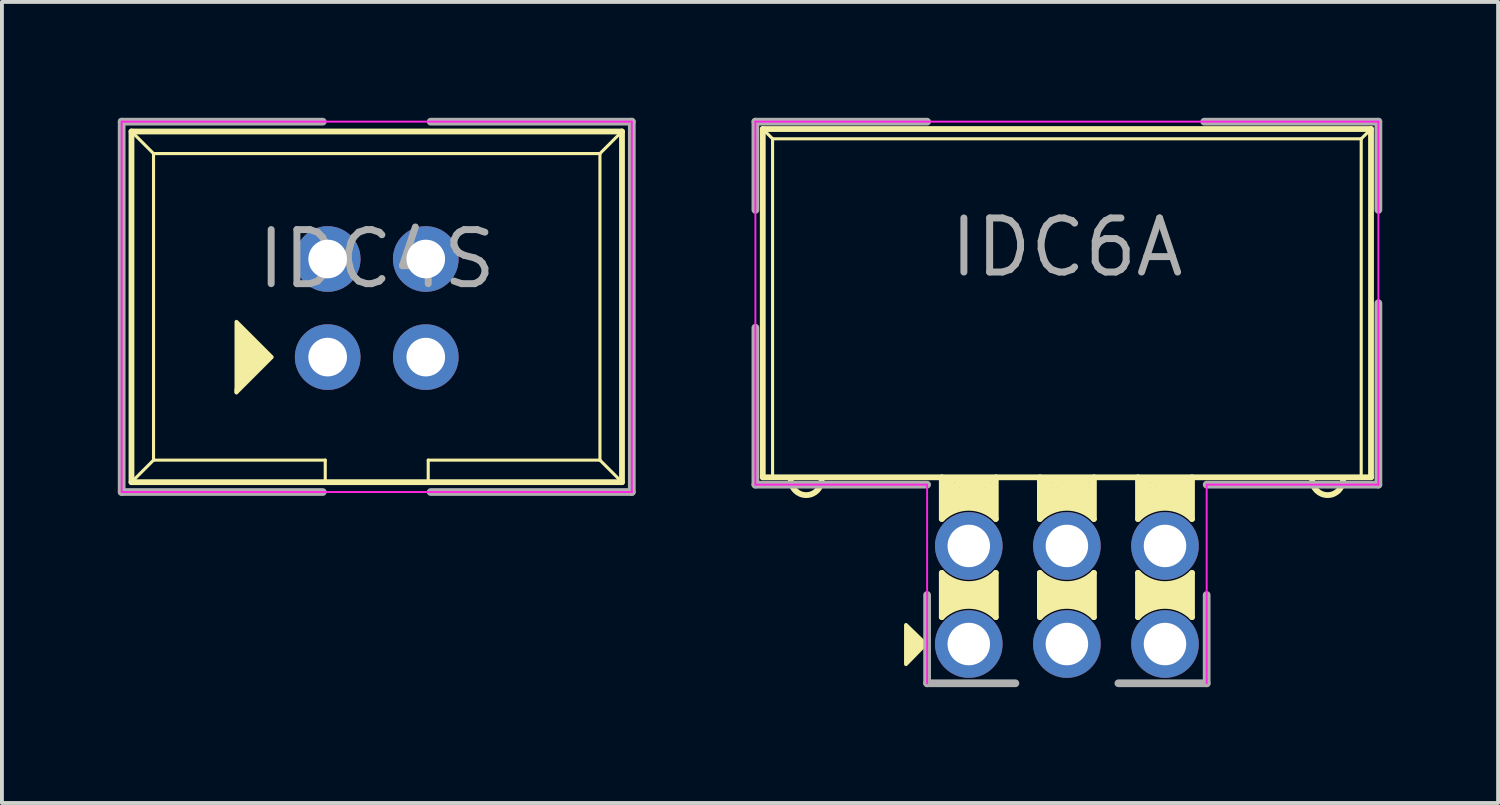
<source format=kicad_pcb>
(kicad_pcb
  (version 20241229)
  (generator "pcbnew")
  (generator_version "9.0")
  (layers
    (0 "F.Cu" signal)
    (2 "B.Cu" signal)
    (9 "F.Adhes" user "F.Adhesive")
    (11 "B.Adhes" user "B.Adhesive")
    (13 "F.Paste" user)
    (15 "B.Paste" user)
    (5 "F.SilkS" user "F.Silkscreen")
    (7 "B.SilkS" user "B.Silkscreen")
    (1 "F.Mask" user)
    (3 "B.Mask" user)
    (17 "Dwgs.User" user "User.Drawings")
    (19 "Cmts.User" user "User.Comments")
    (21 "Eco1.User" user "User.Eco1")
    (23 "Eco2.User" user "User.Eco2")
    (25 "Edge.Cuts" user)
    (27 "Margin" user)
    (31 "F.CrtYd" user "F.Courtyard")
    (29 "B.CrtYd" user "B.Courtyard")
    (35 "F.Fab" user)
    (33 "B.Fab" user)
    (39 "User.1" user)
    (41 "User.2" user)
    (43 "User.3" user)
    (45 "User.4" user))
  (footprint "IDC6A"
    (layer "F.Cu")
    (at 24.573 12.355)
    (property "Reference" "IDC6A" (at 0 -9 0) (layer "F.Fab") (effects (font (size 1.4 1.4) (thickness 0.18))))
    (attr through_hole)
    (fp_line (start -7.874 -12.065) (end -7.62 -11.811) (stroke (width 0.08) (type solid)) (layer "F.SilkS"))
    (fp_line (start -7.874 -3.048) (end -7.874 -12.065) (stroke (width 0.15) (type solid)) (layer "F.SilkS"))
    (fp_line (start -7.874 -3.048) (end 7.874 -3.048) (stroke (width 0.15) (type solid)) (layer "F.SilkS"))
    (fp_line (start -7.62 -11.811) (end -7.62 -3.048) (stroke (width 0.08) (type solid)) (layer "F.SilkS"))
    (fp_line (start -3.239 -1.968) (end -3.239 -3.048) (stroke (width 0.15) (type solid)) (layer "F.SilkS"))
    (fp_line (start -3.239 -0.572) (end -3.239 0.572) (stroke (width 0.15) (type solid)) (layer "F.SilkS"))
    (fp_line (start -3.175 0.381) (end -2.477 0.191) (stroke (width 0.15) (type solid)) (layer "F.SilkS"))
    (fp_line (start -3.111 -2.985) (end -3.111 -2.159) (stroke (width 0.15) (type solid)) (layer "F.SilkS"))
    (fp_line (start -3.111 -2.159) (end -2.477 -2.349) (stroke (width 0.15) (type solid)) (layer "F.SilkS"))
    (fp_line (start -3.111 -0.254) (end -2.603 -0.064) (stroke (width 0.15) (type solid)) (layer "F.SilkS"))
    (fp_line (start -3.111 0.254) (end -3.111 -0.254) (stroke (width 0.15) (type solid)) (layer "F.SilkS"))
    (fp_line (start -3.048 0.127) (end -2.985 -0.127) (stroke (width 0.15) (type solid)) (layer "F.SilkS"))
    (fp_line (start -2.985 -2.985) (end -2.985 -2.286) (stroke (width 0.15) (type solid)) (layer "F.SilkS"))
    (fp_line (start -2.985 -2.286) (end -2.477 -2.477) (stroke (width 0.15) (type solid)) (layer "F.SilkS"))
    (fp_line (start -2.985 -0.127) (end -2.095 0.127) (stroke (width 0.15) (type solid)) (layer "F.SilkS"))
    (fp_line (start -2.921 0) (end -2.159 0) (stroke (width 0.15) (type solid)) (layer "F.SilkS"))
    (fp_line (start -2.857 -2.857) (end -2.857 -2.477) (stroke (width 0.15) (type solid)) (layer "F.SilkS"))
    (fp_line (start -2.857 -2.477) (end -2.857 -2.413) (stroke (width 0.15) (type solid)) (layer "F.SilkS"))
    (fp_line (start -2.857 -2.413) (end -2.477 -2.603) (stroke (width 0.15) (type solid)) (layer "F.SilkS"))
    (fp_line (start -2.731 -2.731) (end -2.731 -2.54) (stroke (width 0.15) (type solid)) (layer "F.SilkS"))
    (fp_line (start -2.731 -2.54) (end -2.413 -2.667) (stroke (width 0.15) (type solid)) (layer "F.SilkS"))
    (fp_line (start -2.603 -0.064) (end -1.905 -0.254) (stroke (width 0.15) (type solid)) (layer "F.SilkS"))
    (fp_line (start -2.477 -2.603) (end -2.095 -2.413) (stroke (width 0.15) (type solid)) (layer "F.SilkS"))
    (fp_line (start -2.477 -2.477) (end -2.032 -2.286) (stroke (width 0.15) (type solid)) (layer "F.SilkS"))
    (fp_line (start -2.477 -2.349) (end -1.905 -2.159) (stroke (width 0.15) (type solid)) (layer "F.SilkS"))
    (fp_line (start -2.477 -0.191) (end -2.477 0.064) (stroke (width 0.15) (type solid)) (layer "F.SilkS"))
    (fp_line (start -2.477 -0.127) (end -3.175 -0.381) (stroke (width 0.15) (type solid)) (layer "F.SilkS"))
    (fp_line (start -2.477 0.064) (end -3.111 0.254) (stroke (width 0.15) (type solid)) (layer "F.SilkS"))
    (fp_line (start -2.477 0.191) (end -1.905 0.381) (stroke (width 0.15) (type solid)) (layer "F.SilkS"))
    (fp_line (start -2.413 -2.667) (end -2.159 -2.603) (stroke (width 0.15) (type solid)) (layer "F.SilkS"))
    (fp_line (start -2.413 0.064) (end -3.048 0.127) (stroke (width 0.15) (type solid)) (layer "F.SilkS"))
    (fp_line (start -2.159 -2.731) (end -2.731 -2.731) (stroke (width 0.15) (type solid)) (layer "F.SilkS"))
    (fp_line (start -2.159 -2.603) (end -2.667 -2.667) (stroke (width 0.15) (type solid)) (layer "F.SilkS"))
    (fp_line (start -2.095 -2.413) (end -2.159 -2.731) (stroke (width 0.15) (type solid)) (layer "F.SilkS"))
    (fp_line (start -2.095 0.127) (end -2.032 -0.127) (stroke (width 0.15) (type solid)) (layer "F.SilkS"))
    (fp_line (start -2.032 -2.857) (end -2.857 -2.857) (stroke (width 0.15) (type solid)) (layer "F.SilkS"))
    (fp_line (start -2.032 -2.286) (end -2.032 -2.857) (stroke (width 0.15) (type solid)) (layer "F.SilkS"))
    (fp_line (start -2.032 -0.127) (end -2.921 0) (stroke (width 0.15) (type solid)) (layer "F.SilkS"))
    (fp_line (start -2.032 0.254) (end -2.413 0.064) (stroke (width 0.15) (type solid)) (layer "F.SilkS"))
    (fp_line (start -1.905 -2.985) (end -2.985 -2.985) (stroke (width 0.15) (type solid)) (layer "F.SilkS"))
    (fp_line (start -1.905 -2.159) (end -1.905 -2.985) (stroke (width 0.15) (type solid)) (layer "F.SilkS"))
    (fp_line (start -1.905 -0.381) (end -2.477 -0.127) (stroke (width 0.15) (type solid)) (layer "F.SilkS"))
    (fp_line (start -1.905 -0.254) (end -2.032 0.254) (stroke (width 0.15) (type solid)) (layer "F.SilkS"))
    (fp_line (start -1.905 0.381) (end -1.905 -0.381) (stroke (width 0.15) (type solid)) (layer "F.SilkS"))
    (fp_line (start -1.841 -1.968) (end -1.841 -3.048) (stroke (width 0.15) (type solid)) (layer "F.SilkS"))
    (fp_line (start -1.841 -0.572) (end -1.841 0.572) (stroke (width 0.15) (type solid)) (layer "F.SilkS"))
    (fp_line (start -0.699 -1.968) (end -0.699 -3.048) (stroke (width 0.15) (type solid)) (layer "F.SilkS"))
    (fp_line (start -0.699 -0.572) (end -0.699 0.572) (stroke (width 0.15) (type solid)) (layer "F.SilkS"))
    (fp_line (start -0.635 0.381) (end 0.064 0.191) (stroke (width 0.15) (type solid)) (layer "F.SilkS"))
    (fp_line (start -0.572 -2.985) (end -0.572 -2.159) (stroke (width 0.15) (type solid)) (layer "F.SilkS"))
    (fp_line (start -0.572 -2.159) (end 0.064 -2.349) (stroke (width 0.15) (type solid)) (layer "F.SilkS"))
    (fp_line (start -0.572 -0.254) (end -0.064 -0.064) (stroke (width 0.15) (type solid)) (layer "F.SilkS"))
    (fp_line (start -0.572 0.254) (end -0.572 -0.254) (stroke (width 0.15) (type solid)) (layer "F.SilkS"))
    (fp_line (start -0.508 0.127) (end -0.445 -0.127) (stroke (width 0.15) (type solid)) (layer "F.SilkS"))
    (fp_line (start -0.445 -2.985) (end -0.445 -2.286) (stroke (width 0.15) (type solid)) (layer "F.SilkS"))
    (fp_line (start -0.445 -2.286) (end 0.064 -2.477) (stroke (width 0.15) (type solid)) (layer "F.SilkS"))
    (fp_line (start -0.445 -0.127) (end 0.445 0.127) (stroke (width 0.15) (type solid)) (layer "F.SilkS"))
    (fp_line (start -0.381 0) (end 0.381 0) (stroke (width 0.15) (type solid)) (layer "F.SilkS"))
    (fp_line (start -0.318 -2.857) (end -0.318 -2.477) (stroke (width 0.15) (type solid)) (layer "F.SilkS"))
    (fp_line (start -0.318 -2.477) (end -0.318 -2.413) (stroke (width 0.15) (type solid)) (layer "F.SilkS"))
    (fp_line (start -0.318 -2.413) (end 0.064 -2.603) (stroke (width 0.15) (type solid)) (layer "F.SilkS"))
    (fp_line (start -0.191 -2.731) (end -0.191 -2.54) (stroke (width 0.15) (type solid)) (layer "F.SilkS"))
    (fp_line (start -0.191 -2.54) (end 0.127 -2.667) (stroke (width 0.15) (type solid)) (layer "F.SilkS"))
    (fp_line (start -0.064 -0.064) (end 0.635 -0.254) (stroke (width 0.15) (type solid)) (layer "F.SilkS"))
    (fp_line (start 0.064 -2.603) (end 0.445 -2.413) (stroke (width 0.15) (type solid)) (layer "F.SilkS"))
    (fp_line (start 0.064 -2.477) (end 0.508 -2.286) (stroke (width 0.15) (type solid)) (layer "F.SilkS"))
    (fp_line (start 0.064 -2.349) (end 0.635 -2.159) (stroke (width 0.15) (type solid)) (layer "F.SilkS"))
    (fp_line (start 0.064 -0.191) (end 0.064 0.064) (stroke (width 0.15) (type solid)) (layer "F.SilkS"))
    (fp_line (start 0.064 -0.127) (end -0.635 -0.381) (stroke (width 0.15) (type solid)) (layer "F.SilkS"))
    (fp_line (start 0.064 0.064) (end -0.572 0.254) (stroke (width 0.15) (type solid)) (layer "F.SilkS"))
    (fp_line (start 0.064 0.191) (end 0.635 0.381) (stroke (width 0.15) (type solid)) (layer "F.SilkS"))
    (fp_line (start 0.127 -2.667) (end 0.381 -2.603) (stroke (width 0.15) (type solid)) (layer "F.SilkS"))
    (fp_line (start 0.127 0.064) (end -0.508 0.127) (stroke (width 0.15) (type solid)) (layer "F.SilkS"))
    (fp_line (start 0.381 -2.731) (end -0.191 -2.731) (stroke (width 0.15) (type solid)) (layer "F.SilkS"))
    (fp_line (start 0.381 -2.603) (end -0.127 -2.667) (stroke (width 0.15) (type solid)) (layer "F.SilkS"))
    (fp_line (start 0.445 -2.413) (end 0.381 -2.731) (stroke (width 0.15) (type solid)) (layer "F.SilkS"))
    (fp_line (start 0.445 0.127) (end 0.508 -0.127) (stroke (width 0.15) (type solid)) (layer "F.SilkS"))
    (fp_line (start 0.508 -2.857) (end -0.318 -2.857) (stroke (width 0.15) (type solid)) (layer "F.SilkS"))
    (fp_line (start 0.508 -2.286) (end 0.508 -2.857) (stroke (width 0.15) (type solid)) (layer "F.SilkS"))
    (fp_line (start 0.508 -0.127) (end -0.381 0) (stroke (width 0.15) (type solid)) (layer "F.SilkS"))
    (fp_line (start 0.508 0.254) (end 0.127 0.064) (stroke (width 0.15) (type solid)) (layer "F.SilkS"))
    (fp_line (start 0.635 -2.985) (end -0.445 -2.985) (stroke (width 0.15) (type solid)) (layer "F.SilkS"))
    (fp_line (start 0.635 -2.159) (end 0.635 -2.985) (stroke (width 0.15) (type solid)) (layer "F.SilkS"))
    (fp_line (start 0.635 -0.381) (end 0.064 -0.127) (stroke (width 0.15) (type solid)) (layer "F.SilkS"))
    (fp_line (start 0.635 -0.254) (end 0.508 0.254) (stroke (width 0.15) (type solid)) (layer "F.SilkS"))
    (fp_line (start 0.635 0.381) (end 0.635 -0.381) (stroke (width 0.15) (type solid)) (layer "F.SilkS"))
    (fp_line (start 0.699 -1.968) (end 0.699 -3.048) (stroke (width 0.15) (type solid)) (layer "F.SilkS"))
    (fp_line (start 0.699 -0.572) (end 0.699 0.572) (stroke (width 0.15) (type solid)) (layer "F.SilkS"))
    (fp_line (start 1.841 -1.968) (end 1.841 -3.048) (stroke (width 0.15) (type solid)) (layer "F.SilkS"))
    (fp_line (start 1.841 -0.572) (end 1.841 0.572) (stroke (width 0.15) (type solid)) (layer "F.SilkS"))
    (fp_line (start 1.905 0.381) (end 2.603 0.191) (stroke (width 0.15) (type solid)) (layer "F.SilkS"))
    (fp_line (start 1.968 -2.985) (end 1.968 -2.159) (stroke (width 0.15) (type solid)) (layer "F.SilkS"))
    (fp_line (start 1.968 -2.159) (end 2.603 -2.349) (stroke (width 0.15) (type solid)) (layer "F.SilkS"))
    (fp_line (start 1.968 -0.254) (end 2.477 -0.064) (stroke (width 0.15) (type solid)) (layer "F.SilkS"))
    (fp_line (start 1.968 0.254) (end 1.968 -0.254) (stroke (width 0.15) (type solid)) (layer "F.SilkS"))
    (fp_line (start 2.032 0.127) (end 2.095 -0.127) (stroke (width 0.15) (type solid)) (layer "F.SilkS"))
    (fp_line (start 2.095 -2.985) (end 2.095 -2.286) (stroke (width 0.15) (type solid)) (layer "F.SilkS"))
    (fp_line (start 2.095 -2.286) (end 2.603 -2.477) (stroke (width 0.15) (type solid)) (layer "F.SilkS"))
    (fp_line (start 2.095 -0.127) (end 2.985 0.127) (stroke (width 0.15) (type solid)) (layer "F.SilkS"))
    (fp_line (start 2.159 0) (end 2.921 0) (stroke (width 0.15) (type solid)) (layer "F.SilkS"))
    (fp_line (start 2.223 -2.857) (end 2.223 -2.477) (stroke (width 0.15) (type solid)) (layer "F.SilkS"))
    (fp_line (start 2.223 -2.477) (end 2.223 -2.413) (stroke (width 0.15) (type solid)) (layer "F.SilkS"))
    (fp_line (start 2.223 -2.413) (end 2.603 -2.603) (stroke (width 0.15) (type solid)) (layer "F.SilkS"))
    (fp_line (start 2.349 -2.731) (end 2.349 -2.54) (stroke (width 0.15) (type solid)) (layer "F.SilkS"))
    (fp_line (start 2.349 -2.54) (end 2.667 -2.667) (stroke (width 0.15) (type solid)) (layer "F.SilkS"))
    (fp_line (start 2.477 -0.064) (end 3.175 -0.254) (stroke (width 0.15) (type solid)) (layer "F.SilkS"))
    (fp_line (start 2.603 -2.603) (end 2.985 -2.413) (stroke (width 0.15) (type solid)) (layer "F.SilkS"))
    (fp_line (start 2.603 -2.477) (end 3.048 -2.286) (stroke (width 0.15) (type solid)) (layer "F.SilkS"))
    (fp_line (start 2.603 -2.349) (end 3.175 -2.159) (stroke (width 0.15) (type solid)) (layer "F.SilkS"))
    (fp_line (start 2.603 -0.191) (end 2.603 0.064) (stroke (width 0.15) (type solid)) (layer "F.SilkS"))
    (fp_line (start 2.603 -0.127) (end 1.905 -0.381) (stroke (width 0.15) (type solid)) (layer "F.SilkS"))
    (fp_line (start 2.603 0.064) (end 1.968 0.254) (stroke (width 0.15) (type solid)) (layer "F.SilkS"))
    (fp_line (start 2.603 0.191) (end 3.175 0.381) (stroke (width 0.15) (type solid)) (layer "F.SilkS"))
    (fp_line (start 2.667 -2.667) (end 2.921 -2.603) (stroke (width 0.15) (type solid)) (layer "F.SilkS"))
    (fp_line (start 2.667 0.064) (end 2.032 0.127) (stroke (width 0.15) (type solid)) (layer "F.SilkS"))
    (fp_line (start 2.921 -2.731) (end 2.349 -2.731) (stroke (width 0.15) (type solid)) (layer "F.SilkS"))
    (fp_line (start 2.921 -2.603) (end 2.413 -2.667) (stroke (width 0.15) (type solid)) (layer "F.SilkS"))
    (fp_line (start 2.985 -2.413) (end 2.921 -2.731) (stroke (width 0.15) (type solid)) (layer "F.SilkS"))
    (fp_line (start 2.985 0.127) (end 3.048 -0.127) (stroke (width 0.15) (type solid)) (layer "F.SilkS"))
    (fp_line (start 3.048 -2.857) (end 2.223 -2.857) (stroke (width 0.15) (type solid)) (layer "F.SilkS"))
    (fp_line (start 3.048 -2.286) (end 3.048 -2.857) (stroke (width 0.15) (type solid)) (layer "F.SilkS"))
    (fp_line (start 3.048 -0.127) (end 2.159 0) (stroke (width 0.15) (type solid)) (layer "F.SilkS"))
    (fp_line (start 3.048 0.254) (end 2.667 0.064) (stroke (width 0.15) (type solid)) (layer "F.SilkS"))
    (fp_line (start 3.175 -2.985) (end 2.095 -2.985) (stroke (width 0.15) (type solid)) (layer "F.SilkS"))
    (fp_line (start 3.175 -2.159) (end 3.175 -2.985) (stroke (width 0.15) (type solid)) (layer "F.SilkS"))
    (fp_line (start 3.175 -0.381) (end 2.603 -0.127) (stroke (width 0.15) (type solid)) (layer "F.SilkS"))
    (fp_line (start 3.175 -0.254) (end 3.048 0.254) (stroke (width 0.15) (type solid)) (layer "F.SilkS"))
    (fp_line (start 3.175 0.381) (end 3.175 -0.381) (stroke (width 0.15) (type solid)) (layer "F.SilkS"))
    (fp_line (start 3.239 -1.968) (end 3.239 -3.048) (stroke (width 0.15) (type solid)) (layer "F.SilkS"))
    (fp_line (start 3.239 -0.572) (end 3.239 0.572) (stroke (width 0.15) (type solid)) (layer "F.SilkS"))
    (fp_line (start 7.62 -11.811) (end -7.62 -11.811) (stroke (width 0.08) (type solid)) (layer "F.SilkS"))
    (fp_line (start 7.62 -11.811) (end 7.62 -3.048) (stroke (width 0.08) (type solid)) (layer "F.SilkS"))
    (fp_line (start 7.62 -11.811) (end 7.874 -12.065) (stroke (width 0.08) (type solid)) (layer "F.SilkS"))
    (fp_line (start 7.874 -12.065) (end -7.874 -12.065) (stroke (width 0.15) (type solid)) (layer "F.SilkS"))
    (fp_line (start 7.874 -3.048) (end 7.874 -12.065) (stroke (width 0.15) (type solid)) (layer "F.SilkS"))
    (fp_arc (start -6.35 -2.9865) (mid -6.75 -2.5865) (end -7.15 -2.9865) (stroke (width 0.15) (type solid)) (layer "F.SilkS"))
    (fp_arc (start -3.2385 -1.9685) (mid -2.54 -2.257828) (end -1.8415 -1.9685) (stroke (width 0.15) (type solid)) (layer "F.SilkS"))
    (fp_arc (start -3.2385 0.5715) (mid -2.54 0.282172) (end -1.8415 0.5715) (stroke (width 0.15) (type solid)) (layer "F.SilkS"))
    (fp_arc (start -1.8415 -0.5715) (mid -2.54 -0.282172) (end -3.2385 -0.5715) (stroke (width 0.15) (type solid)) (layer "F.SilkS"))
    (fp_arc (start -0.6985 -1.9685) (mid 0 -2.257828) (end 0.6985 -1.9685) (stroke (width 0.15) (type solid)) (layer "F.SilkS"))
    (fp_arc (start -0.6985 0.5715) (mid 0 0.282172) (end 0.6985 0.5715) (stroke (width 0.15) (type solid)) (layer "F.SilkS"))
    (fp_arc (start 0.6985 -0.5715) (mid 0 -0.282172) (end -0.6985 -0.5715) (stroke (width 0.15) (type solid)) (layer "F.SilkS"))
    (fp_arc (start 1.8415 -1.9685) (mid 2.54 -2.257828) (end 3.2385 -1.9685) (stroke (width 0.15) (type solid)) (layer "F.SilkS"))
    (fp_arc (start 1.8415 0.5715) (mid 2.54 0.282172) (end 3.2385 0.5715) (stroke (width 0.15) (type solid)) (layer "F.SilkS"))
    (fp_arc (start 3.2385 -0.5715) (mid 2.54 -0.282172) (end 1.8415 -0.5715) (stroke (width 0.15) (type solid)) (layer "F.SilkS"))
    (fp_arc (start 7.15 -2.9865) (mid 6.75 -2.5865) (end 6.35 -2.9865) (stroke (width 0.15) (type solid)) (layer "F.SilkS"))
    (fp_poly (pts (xy -3.658 1.27) (xy -4.166 1.791) (xy -4.166 0.775)) (stroke (width 0.1) (type solid)) (fill yes) (layer "F.SilkS"))
    (fp_line (start -8.065 -12.255) (end -8.065 -2.857) (stroke (width 0.05) (type solid)) (layer "F.CrtYd"))
    (fp_line (start -8.065 -12.255) (end 8.065 -12.255) (stroke (width 0.05) (type solid)) (layer "F.CrtYd"))
    (fp_line (start -8.065 -2.857) (end -3.619 -2.857) (stroke (width 0.05) (type solid)) (layer "F.CrtYd"))
    (fp_line (start -3.619 2.286) (end -3.619 -2.857) (stroke (width 0.05) (type solid)) (layer "F.CrtYd"))
    (fp_line (start 3.619 -2.857) (end 3.619 2.286) (stroke (width 0.05) (type solid)) (layer "F.CrtYd"))
    (fp_line (start 8.065 -2.857) (end 3.619 -2.857) (stroke (width 0.05) (type solid)) (layer "F.CrtYd"))
    (fp_line (start 8.065 -2.857) (end 8.065 -12.255) (stroke (width 0.05) (type solid)) (layer "F.CrtYd"))
    (fp_line (start -8.065 -12.255) (end -8.065 -9.97) (stroke (width 0.2) (type solid)) (layer "F.Fab"))
    (fp_line (start -8.065 -12.255) (end -3.619 -12.255) (stroke (width 0.2) (type solid)) (layer "F.Fab"))
    (fp_line (start -8.065 -2.857) (end -8.065 -6.921) (stroke (width 0.2) (type solid)) (layer "F.Fab"))
    (fp_line (start -3.619 -2.857) (end -8.065 -2.857) (stroke (width 0.2) (type solid)) (layer "F.Fab"))
    (fp_line (start -3.619 0) (end -3.619 2.286) (stroke (width 0.2) (type solid)) (layer "F.Fab"))
    (fp_line (start -3.619 2.286) (end -1.333 2.286) (stroke (width 0.2) (type solid)) (layer "F.Fab"))
    (fp_line (start 3.619 -2.857) (end 8.065 -2.857) (stroke (width 0.2) (type solid)) (layer "F.Fab"))
    (fp_line (start 3.619 2.286) (end 1.333 2.286) (stroke (width 0.2) (type solid)) (layer "F.Fab"))
    (fp_line (start 3.619 2.286) (end 3.619 0) (stroke (width 0.2) (type solid)) (layer "F.Fab"))
    (fp_line (start 8.065 -12.255) (end 3.556 -12.255) (stroke (width 0.2) (type solid)) (layer "F.Fab"))
    (fp_line (start 8.065 -12.255) (end 8.065 -9.97) (stroke (width 0.2) (type solid)) (layer "F.Fab"))
    (fp_line (start 8.065 -2.857) (end 8.065 -7.556) (stroke (width 0.2) (type solid)) (layer "F.Fab"))
    (pad "1" thru_hole circle (at -2.54 1.27) (size 1.75 1.75) (drill 1.1) (layers "*.Cu" "*.Mask"))
    (pad "2" thru_hole circle (at -2.54 -1.27) (size 1.75 1.75) (drill 1.1) (layers "*.Cu" "*.Mask"))
    (pad "3" thru_hole circle (at 0 1.27) (size 1.75 1.75) (drill 1.1) (layers "*.Cu" "*.Mask"))
    (pad "4" thru_hole circle (at 0 -1.27) (size 1.75 1.75) (drill 1.1) (layers "*.Cu" "*.Mask"))
    (pad "5" thru_hole circle (at 2.54 1.27) (size 1.75 1.75) (drill 1.1) (layers "*.Cu" "*.Mask"))
    (pad "6" thru_hole circle (at 2.54 -1.27) (size 1.75 1.75) (drill 1.1) (layers "*.Cu" "*.Mask")))
  (footprint "IDC4S"
    (layer "F.Cu")
    (at 6.704 4.926)
    (property "Reference" "IDC4S" (at 0 -1.27 0) (layer "F.Fab") (effects (font (size 1.4 1.4) (thickness 0.18))))
    (attr through_hole)
    (fp_line (start -6.35 -4.572) (end 6.35 -4.572) (stroke (width 0.15) (type solid)) (layer "F.SilkS"))
    (fp_line (start -6.35 4.508) (end -6.35 -4.572) (stroke (width 0.15) (type solid)) (layer "F.SilkS"))
    (fp_line (start -6.35 4.508) (end 6.35 4.508) (stroke (width 0.15) (type solid)) (layer "F.SilkS"))
    (fp_line (start -5.779 -4) (end -6.35 -4.572) (stroke (width 0.08) (type solid)) (layer "F.SilkS"))
    (fp_line (start -5.779 -4) (end -5.779 3.937) (stroke (width 0.08) (type solid)) (layer "F.SilkS"))
    (fp_line (start -5.779 -4) (end 5.779 -4) (stroke (width 0.08) (type solid)) (layer "F.SilkS"))
    (fp_line (start -5.779 3.937) (end -6.35 4.508) (stroke (width 0.08) (type solid)) (layer "F.SilkS"))
    (fp_line (start -5.779 3.937) (end -1.333 3.937) (stroke (width 0.08) (type solid)) (layer "F.SilkS"))
    (fp_line (start -3.632 2.184) (end -3.632 2.108) (stroke (width 0.1) (type solid)) (layer "F.SilkS"))
    (fp_line (start -1.333 3.937) (end -1.333 4.508) (stroke (width 0.08) (type solid)) (layer "F.SilkS"))
    (fp_line (start 1.333 3.937) (end 1.333 4.508) (stroke (width 0.08) (type solid)) (layer "F.SilkS"))
    (fp_line (start 5.779 -4) (end 6.35 -4.572) (stroke (width 0.08) (type solid)) (layer "F.SilkS"))
    (fp_line (start 5.779 3.937) (end 1.333 3.937) (stroke (width 0.08) (type solid)) (layer "F.SilkS"))
    (fp_line (start 5.779 3.937) (end 5.779 -4) (stroke (width 0.08) (type solid)) (layer "F.SilkS"))
    (fp_line (start 5.779 3.937) (end 6.35 4.508) (stroke (width 0.08) (type solid)) (layer "F.SilkS"))
    (fp_line (start 6.35 4.508) (end 6.35 -4.572) (stroke (width 0.15) (type solid)) (layer "F.SilkS"))
    (fp_poly (pts (xy -2.718 1.27) (xy -3.632 2.184) (xy -3.632 0.356)) (stroke (width 0.1) (type solid)) (fill yes) (layer "F.SilkS"))
    (fp_line (start -6.604 -4.826) (end 6.604 -4.826) (stroke (width 0.05) (type solid)) (layer "F.CrtYd"))
    (fp_line (start -6.604 4.763) (end -6.604 -4.826) (stroke (width 0.05) (type solid)) (layer "F.CrtYd"))
    (fp_line (start 6.604 -4.826) (end 6.604 4.763) (stroke (width 0.05) (type solid)) (layer "F.CrtYd"))
    (fp_line (start 6.604 4.763) (end -6.604 4.763) (stroke (width 0.05) (type solid)) (layer "F.CrtYd"))
    (fp_line (start -6.604 -4.826) (end -1.397 -4.826) (stroke (width 0.2) (type solid)) (layer "F.Fab"))
    (fp_line (start -6.604 4.763) (end -6.604 -4.826) (stroke (width 0.2) (type solid)) (layer "F.Fab"))
    (fp_line (start -6.604 4.763) (end -1.397 4.763) (stroke (width 0.2) (type solid)) (layer "F.Fab"))
    (fp_line (start 1.397 -4.826) (end 6.604 -4.826) (stroke (width 0.2) (type solid)) (layer "F.Fab"))
    (fp_line (start 6.604 4.763) (end 1.397 4.763) (stroke (width 0.2) (type solid)) (layer "F.Fab"))
    (fp_line (start 6.604 4.763) (end 6.604 -4.826) (stroke (width 0.2) (type solid)) (layer "F.Fab"))
    (pad "1" thru_hole circle (at -1.27 1.27) (size 1.7 1.7) (drill 1) (layers "*.Cu" "*.Mask"))
    (pad "2" thru_hole circle (at -1.27 -1.27) (size 1.7 1.7) (drill 1) (layers "*.Cu" "*.Mask"))
    (pad "3" thru_hole circle (at 1.27 1.27) (size 1.7 1.7) (drill 1) (layers "*.Cu" "*.Mask"))
    (pad "4" thru_hole circle (at 1.27 -1.27) (size 1.7 1.7) (drill 1) (layers "*.Cu" "*.Mask")))
  (gr_rect
    (start -3 -3)
    (end 35.737 17.741)
    (stroke (width 0.1) (type default))
    (fill no)
    (layer "Edge.Cuts")))
</source>
